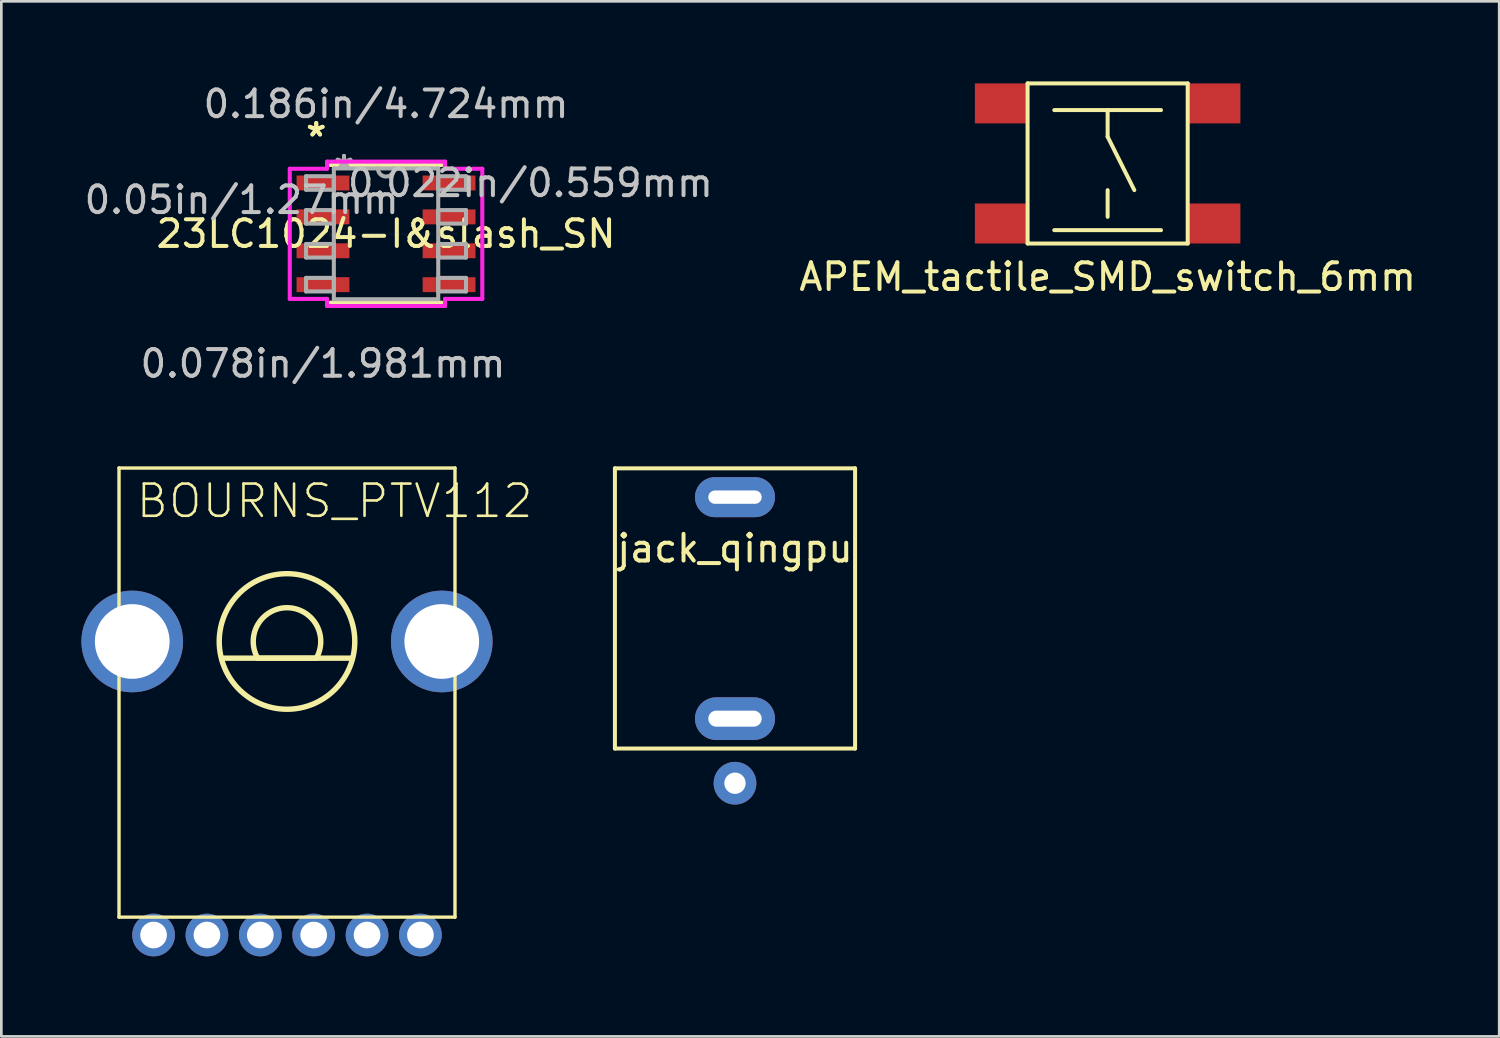
<source format=kicad_pcb>
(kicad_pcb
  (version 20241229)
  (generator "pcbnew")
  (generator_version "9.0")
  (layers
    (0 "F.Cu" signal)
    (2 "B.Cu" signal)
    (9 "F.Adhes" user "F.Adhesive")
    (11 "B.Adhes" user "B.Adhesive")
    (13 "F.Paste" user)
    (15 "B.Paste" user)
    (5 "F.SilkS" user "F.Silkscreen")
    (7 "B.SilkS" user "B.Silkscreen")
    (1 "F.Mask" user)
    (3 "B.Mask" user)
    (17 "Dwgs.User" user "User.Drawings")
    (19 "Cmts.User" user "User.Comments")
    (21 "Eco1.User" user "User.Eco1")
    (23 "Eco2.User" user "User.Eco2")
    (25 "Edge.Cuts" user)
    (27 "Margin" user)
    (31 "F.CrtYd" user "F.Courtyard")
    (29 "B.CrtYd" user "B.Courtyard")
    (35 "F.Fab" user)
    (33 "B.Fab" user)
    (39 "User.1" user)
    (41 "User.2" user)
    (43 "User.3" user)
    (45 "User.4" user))
  (footprint "BOURNS_PTV112"
    (layer "F.Cu")
    (at 7.705 20.988)
    (property "Reference" "BOURNS_PTV112" (at -5.715 -4.558 0) (layer "F.SilkS") (effects (font (size 1.206 1.206) (thickness 0.097)) (justify left bottom)))
    (attr through_hole)
    (fp_line (start -6.295 -6.5) (end 6.295 -6.5) (stroke (width 0.127) (type solid)) (layer "F.SilkS"))
    (fp_line (start -6.295 10.33) (end -6.295 -6.5) (stroke (width 0.127) (type solid)) (layer "F.SilkS"))
    (fp_line (start 1.1 0.625) (end -1.1 0.625) (stroke (width 0.203) (type solid)) (layer "F.SilkS"))
    (fp_line (start 2.45 0.625) (end -2.425 0.625) (stroke (width 0.203) (type solid)) (layer "F.SilkS"))
    (fp_line (start 6.295 -6.5) (end 6.295 10.33) (stroke (width 0.127) (type solid)) (layer "F.SilkS"))
    (fp_line (start 6.295 10.33) (end -6.295 10.33) (stroke (width 0.127) (type solid)) (layer "F.SilkS"))
    (fp_arc (start -1.1 0.625) (mid 0 -1.265158) (end 1.1 0.625) (stroke (width 0.2032) (type solid)) (layer "F.SilkS"))
    (fp_circle (center 0 0) (end 2.54 0) (stroke (width 0.203) (type solid)) (fill no) (layer "F.SilkS"))
    (pad "1" thru_hole circle (at -3 11) (size 1.6 1.6) (drill 1) (layers "*.Cu" "*.Mask"))
    (pad "1P" thru_hole circle (at -1 11) (size 1.6 1.6) (drill 1) (layers "*.Cu" "*.Mask"))
    (pad "2" thru_hole circle (at -5 11) (size 1.6 1.6) (drill 1) (layers "*.Cu" "*.Mask"))
    (pad "2P" thru_hole circle (at 1 11) (size 1.6 1.6) (drill 1) (layers "*.Cu" "*.Mask"))
    (pad "3" thru_hole circle (at 5 11) (size 1.6 1.6) (drill 1) (layers "*.Cu" "*.Mask"))
    (pad "3P" thru_hole circle (at 3 11) (size 1.6 1.6) (drill 1) (layers "*.Cu" "*.Mask"))
    (pad "P$1" thru_hole circle (at 5.8 0 90) (size 3.81 3.81) (drill 2.8) (layers "*.Cu" "*.Mask"))
    (pad "P$5" thru_hole circle (at -5.8 0 90) (size 3.81 3.81) (drill 2.8) (layers "*.Cu" "*.Mask")))
  (footprint "APEM_tactile_SMD_switch_6mm"
    (layer "F.Cu")
    (at 38.457 3.075)
    (property "Reference" "APEM_tactile_SMD_switch_6mm" (at 0 4.25 0) (layer "F.SilkS") (effects (font (size 1 1) (thickness 0.15))))
    (attr through_hole)
    (fp_line (start -3 -3) (end -3 3) (stroke (width 0.15) (type solid)) (layer "F.SilkS"))
    (fp_line (start -3 3) (end 3 3) (stroke (width 0.15) (type solid)) (layer "F.SilkS"))
    (fp_line (start -2 -2) (end 2 -2) (stroke (width 0.15) (type solid)) (layer "F.SilkS"))
    (fp_line (start 0 -2) (end 0 -1) (stroke (width 0.15) (type solid)) (layer "F.SilkS"))
    (fp_line (start 0 -1) (end 1 1) (stroke (width 0.15) (type solid)) (layer "F.SilkS"))
    (fp_line (start 0 1) (end 0 2) (stroke (width 0.15) (type solid)) (layer "F.SilkS"))
    (fp_line (start 2 2.5) (end -2 2.5) (stroke (width 0.15) (type solid)) (layer "F.SilkS"))
    (fp_line (start 3 -3) (end -3 -3) (stroke (width 0.15) (type solid)) (layer "F.SilkS"))
    (fp_line (start 3 3) (end 3 -3) (stroke (width 0.15) (type solid)) (layer "F.SilkS"))
    (pad "" smd rect (at 3.975 -2.25) (size 2 1.5) (layers "F.Cu" "F.Mask" "F.Paste"))
    (pad "" smd rect (at 3.975 2.25) (size 2 1.5) (layers "F.Cu" "F.Mask" "F.Paste"))
    (pad "1" smd rect (at -3.975 -2.25) (size 2 1.5) (layers "F.Cu" "F.Mask" "F.Paste"))
    (pad "2" smd rect (at -3.975 2.25) (size 2 1.5) (layers "F.Cu" "F.Mask" "F.Paste")))
  (footprint "23LC1024-I&slash_SN"
    (layer "F.Cu")
    (at 11.416 5.712)
    (property "Reference" "23LC1024-I&slash_SN" (at 0 0 0) (layer "F.SilkS") (effects (font (size 1 1) (thickness 0.15))))
    (attr through_hole)
    (fp_line (start -2.083 2.578) (end 2.083 2.578) (stroke (width 0.152) (type solid)) (layer "F.SilkS"))
    (fp_line (start 2.083 -2.578) (end -2.083 -2.578) (stroke (width 0.152) (type solid)) (layer "F.SilkS"))
    (fp_line (start -3.607 -2.438) (end -2.21 -2.438) (stroke (width 0.152) (type solid)) (layer "F.CrtYd"))
    (fp_line (start -3.607 2.438) (end -3.607 -2.438) (stroke (width 0.152) (type solid)) (layer "F.CrtYd"))
    (fp_line (start -2.21 -2.705) (end 2.21 -2.705) (stroke (width 0.152) (type solid)) (layer "F.CrtYd"))
    (fp_line (start -2.21 -2.438) (end -2.21 -2.705) (stroke (width 0.152) (type solid)) (layer "F.CrtYd"))
    (fp_line (start -2.21 2.438) (end -3.607 2.438) (stroke (width 0.152) (type solid)) (layer "F.CrtYd"))
    (fp_line (start -2.21 2.705) (end -2.21 2.438) (stroke (width 0.152) (type solid)) (layer "F.CrtYd"))
    (fp_line (start 2.21 -2.705) (end 2.21 -2.438) (stroke (width 0.152) (type solid)) (layer "F.CrtYd"))
    (fp_line (start 2.21 -2.438) (end 3.607 -2.438) (stroke (width 0.152) (type solid)) (layer "F.CrtYd"))
    (fp_line (start 2.21 2.438) (end 2.21 2.705) (stroke (width 0.152) (type solid)) (layer "F.CrtYd"))
    (fp_line (start 2.21 2.705) (end -2.21 2.705) (stroke (width 0.152) (type solid)) (layer "F.CrtYd"))
    (fp_line (start 3.607 -2.438) (end 3.607 2.438) (stroke (width 0.152) (type solid)) (layer "F.CrtYd"))
    (fp_line (start 3.607 2.438) (end 2.21 2.438) (stroke (width 0.152) (type solid)) (layer "F.CrtYd"))
    (fp_line (start -2.997 -2.159) (end -2.997 -1.651) (stroke (width 0.152) (type solid)) (layer "F.Fab"))
    (fp_line (start -2.997 -1.651) (end -1.956 -1.651) (stroke (width 0.152) (type solid)) (layer "F.Fab"))
    (fp_line (start -2.997 -0.889) (end -2.997 -0.381) (stroke (width 0.152) (type solid)) (layer "F.Fab"))
    (fp_line (start -2.997 -0.381) (end -1.956 -0.381) (stroke (width 0.152) (type solid)) (layer "F.Fab"))
    (fp_line (start -2.997 0.381) (end -2.997 0.889) (stroke (width 0.152) (type solid)) (layer "F.Fab"))
    (fp_line (start -2.997 0.889) (end -1.956 0.889) (stroke (width 0.152) (type solid)) (layer "F.Fab"))
    (fp_line (start -2.997 1.651) (end -2.997 2.159) (stroke (width 0.152) (type solid)) (layer "F.Fab"))
    (fp_line (start -2.997 2.159) (end -1.956 2.159) (stroke (width 0.152) (type solid)) (layer "F.Fab"))
    (fp_line (start -1.956 -2.451) (end -1.956 2.451) (stroke (width 0.152) (type solid)) (layer "F.Fab"))
    (fp_line (start -1.956 -2.159) (end -2.997 -2.159) (stroke (width 0.152) (type solid)) (layer "F.Fab"))
    (fp_line (start -1.956 -1.651) (end -1.956 -2.159) (stroke (width 0.152) (type solid)) (layer "F.Fab"))
    (fp_line (start -1.956 -0.889) (end -2.997 -0.889) (stroke (width 0.152) (type solid)) (layer "F.Fab"))
    (fp_line (start -1.956 -0.381) (end -1.956 -0.889) (stroke (width 0.152) (type solid)) (layer "F.Fab"))
    (fp_line (start -1.956 0.381) (end -2.997 0.381) (stroke (width 0.152) (type solid)) (layer "F.Fab"))
    (fp_line (start -1.956 0.889) (end -1.956 0.381) (stroke (width 0.152) (type solid)) (layer "F.Fab"))
    (fp_line (start -1.956 1.651) (end -2.997 1.651) (stroke (width 0.152) (type solid)) (layer "F.Fab"))
    (fp_line (start -1.956 2.159) (end -1.956 1.651) (stroke (width 0.152) (type solid)) (layer "F.Fab"))
    (fp_line (start -1.956 2.451) (end 1.956 2.451) (stroke (width 0.152) (type solid)) (layer "F.Fab"))
    (fp_line (start 1.956 -2.451) (end -1.956 -2.451) (stroke (width 0.152) (type solid)) (layer "F.Fab"))
    (fp_line (start 1.956 -2.159) (end 1.956 -1.651) (stroke (width 0.152) (type solid)) (layer "F.Fab"))
    (fp_line (start 1.956 -1.651) (end 2.997 -1.651) (stroke (width 0.152) (type solid)) (layer "F.Fab"))
    (fp_line (start 1.956 -0.889) (end 1.956 -0.381) (stroke (width 0.152) (type solid)) (layer "F.Fab"))
    (fp_line (start 1.956 -0.381) (end 2.997 -0.381) (stroke (width 0.152) (type solid)) (layer "F.Fab"))
    (fp_line (start 1.956 0.381) (end 1.956 0.889) (stroke (width 0.152) (type solid)) (layer "F.Fab"))
    (fp_line (start 1.956 0.889) (end 2.997 0.889) (stroke (width 0.152) (type solid)) (layer "F.Fab"))
    (fp_line (start 1.956 1.651) (end 1.956 2.159) (stroke (width 0.152) (type solid)) (layer "F.Fab"))
    (fp_line (start 1.956 2.159) (end 2.997 2.159) (stroke (width 0.152) (type solid)) (layer "F.Fab"))
    (fp_line (start 1.956 2.451) (end 1.956 -2.451) (stroke (width 0.152) (type solid)) (layer "F.Fab"))
    (fp_line (start 2.997 -2.159) (end 1.956 -2.159) (stroke (width 0.152) (type solid)) (layer "F.Fab"))
    (fp_line (start 2.997 -1.651) (end 2.997 -2.159) (stroke (width 0.152) (type solid)) (layer "F.Fab"))
    (fp_line (start 2.997 -0.889) (end 1.956 -0.889) (stroke (width 0.152) (type solid)) (layer "F.Fab"))
    (fp_line (start 2.997 -0.381) (end 2.997 -0.889) (stroke (width 0.152) (type solid)) (layer "F.Fab"))
    (fp_line (start 2.997 0.381) (end 1.956 0.381) (stroke (width 0.152) (type solid)) (layer "F.Fab"))
    (fp_line (start 2.997 0.889) (end 2.997 0.381) (stroke (width 0.152) (type solid)) (layer "F.Fab"))
    (fp_line (start 2.997 1.651) (end 1.956 1.651) (stroke (width 0.152) (type solid)) (layer "F.Fab"))
    (fp_line (start 2.997 2.159) (end 2.997 1.651) (stroke (width 0.152) (type solid)) (layer "F.Fab"))
    (fp_arc (start 0.3048 -2.4511) (mid 0 -2.1463) (end -0.3048 -2.4511) (stroke (width 0.1524) (type solid)) (layer "F.Fab"))
    (fp_text user "*" (at -2.616 -3.607 0) (layer "F.SilkS") (effects (font (size 1 1) (thickness 0.15))))
    (fp_text user "*" (at -2.616 -3.607 0) (layer "F.SilkS") (effects (font (size 1 1) (thickness 0.15))))
    (fp_text user "0.05in/1.27mm" (at -5.41 -1.27 0) (layer "Dwgs.User") (effects (font (size 1 1) (thickness 0.15))))
    (fp_text user "0.078in/1.981mm" (at -2.362 4.864 0) (layer "Dwgs.User") (effects (font (size 1 1) (thickness 0.15))))
    (fp_text user "0.186in/4.724mm" (at 0 -4.864 0) (layer "Dwgs.User") (effects (font (size 1 1) (thickness 0.15))))
    (fp_text user "0.022in/0.559mm" (at 5.41 -1.905 0) (layer "Dwgs.User") (effects (font (size 1 1) (thickness 0.15))))
    (fp_text user "Copyright 2016 Accelerated Designs. All rights reserved." (at 0 0 0) (layer "Cmts.User") (effects (font (size 0.127 0.127) (thickness 0.002))))
    (fp_text user "*" (at -1.575 -2.375 0) (layer "F.Fab") (effects (font (size 1 1) (thickness 0.15))))
    (fp_text user "*" (at -1.575 -2.375 0) (layer "F.Fab") (effects (font (size 1 1) (thickness 0.15))))
    (pad "1" smd rect (at -2.362 -1.905) (size 1.981 0.559) (layers "F.Cu" "F.Mask" "F.Paste"))
    (pad "2" smd rect (at -2.362 -0.635) (size 1.981 0.559) (layers "F.Cu" "F.Mask" "F.Paste"))
    (pad "3" smd rect (at -2.362 0.635) (size 1.981 0.559) (layers "F.Cu" "F.Mask" "F.Paste"))
    (pad "4" smd rect (at -2.362 1.905) (size 1.981 0.559) (layers "F.Cu" "F.Mask" "F.Paste"))
    (pad "5" smd rect (at 2.362 1.905) (size 1.981 0.559) (layers "F.Cu" "F.Mask" "F.Paste"))
    (pad "6" smd rect (at 2.362 0.635) (size 1.981 0.559) (layers "F.Cu" "F.Mask" "F.Paste"))
    (pad "7" smd rect (at 2.362 -0.635) (size 1.981 0.559) (layers "F.Cu" "F.Mask" "F.Paste"))
    (pad "8" smd rect (at 2.362 -1.905) (size 1.981 0.559) (layers "F.Cu" "F.Mask" "F.Paste")))
  (footprint "jack_qingpu"
    (layer "F.Cu")
    (at 24.493 20.5)
    (property "Reference" "jack_qingpu" (at 0 -3 180) (layer "F.SilkS") (effects (font (size 1 1) (thickness 0.15))))
    (attr through_hole)
    (fp_line (start -4.5 -6) (end 4.5 -6) (stroke (width 0.15) (type solid)) (layer "F.SilkS"))
    (fp_line (start -4.5 4.5) (end -4.5 -6) (stroke (width 0.15) (type solid)) (layer "F.SilkS"))
    (fp_line (start 4.5 -6) (end 4.5 4.5) (stroke (width 0.15) (type solid)) (layer "F.SilkS"))
    (fp_line (start 4.5 4.5) (end -4.5 4.5) (stroke (width 0.15) (type solid)) (layer "F.SilkS"))
    (pad "1" thru_hole circle (at 0 5.8) (size 1.6 1.6) (drill 0.8) (layers "*.Cu" "*.Mask"))
    (pad "2" thru_hole oval (at 0 3.38) (size 3 1.6) (drill oval 2 0.6) (layers "*.Cu" "*.Mask"))
    (pad "3" thru_hole oval (at 0 -4.92) (size 3 1.5) (drill oval 2 0.5) (layers "*.Cu" "*.Mask")))
  (gr_rect
    (start -3 -3)
    (end 53.13 35.788)
    (stroke (width 0.1) (type default))
    (fill no)
    (layer "Edge.Cuts")))
</source>
